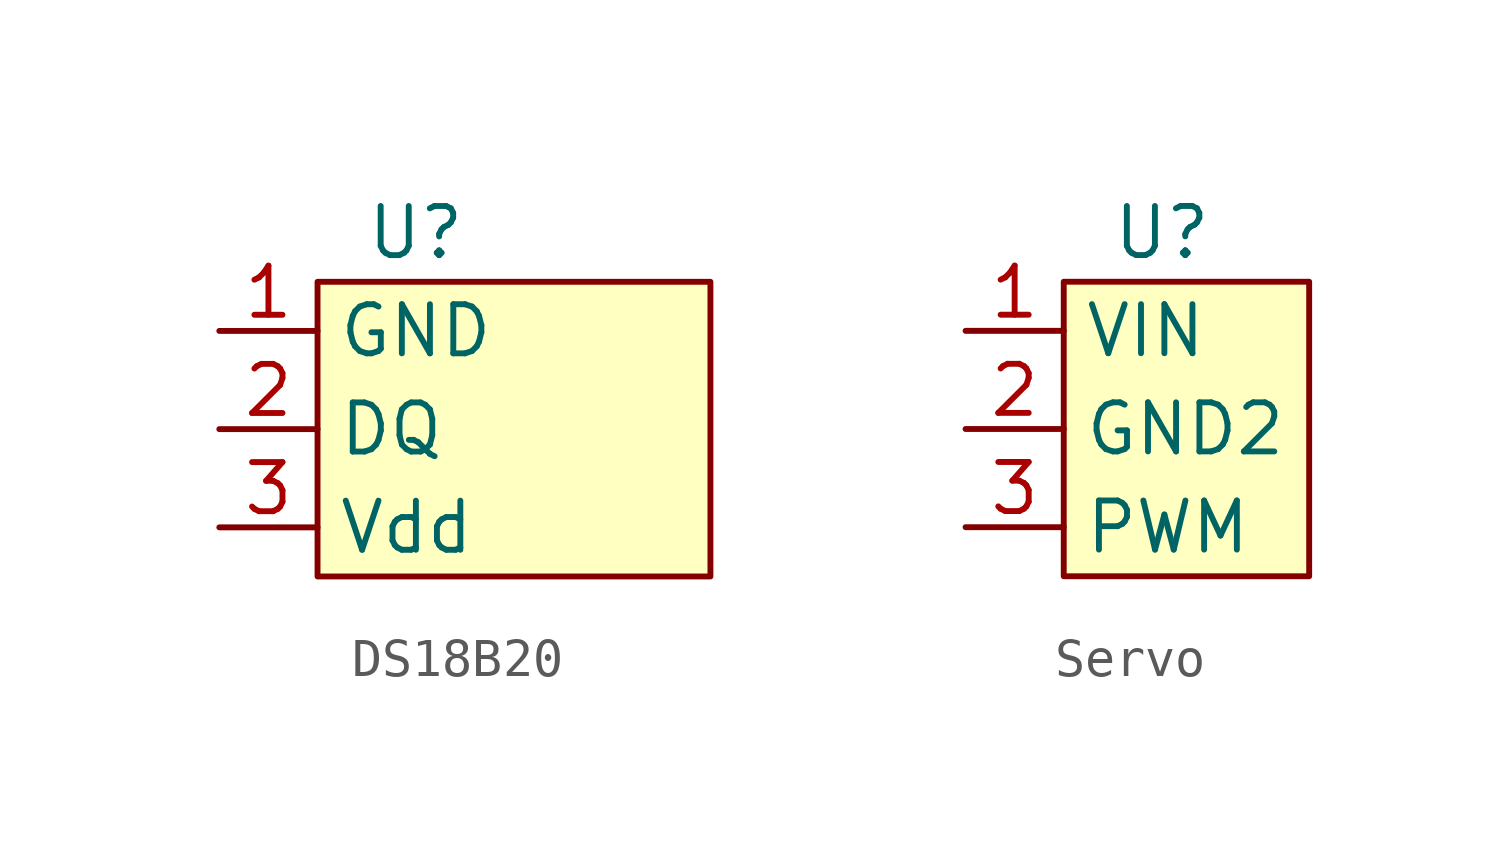
<source format=kicad_sym>
(kicad_symbol_lib
  (version 20220914)
  (generator kicad_symbol_editor)
  (symbol "DS18B20"
    (property "Reference" "U"
      (at 2.54 8.89 0)
      (effects (font (size 1.27 1.27))))
    (property "Value" ""
      (at 0 0 0)
      (effects (font (size 1.27 1.27))))
    (symbol "DS18B20_1_1"
      (rectangle (start 0 7.62) (end 10.16 0) (stroke (width 0) (type default)) (fill (type background)))
      (pin output line (at -2.54 6.35 0) (length 2.54) (name "GND" (effects (font (size 1.27 1.27)))) (number "1" (effects (font (size 1.27 1.27)))))
      (pin bidirectional line (at -2.54 3.81 0) (length 2.54) (name "DQ" (effects (font (size 1.27 1.27)))) (number "2" (effects (font (size 1.27 1.27)))))
      (pin input line (at -2.54 1.27 0) (length 2.54) (name "Vdd" (effects (font (size 1.27 1.27)))) (number "3" (effects (font (size 1.27 1.27)))))))
  (symbol "Servo"
    (property "Reference" "U"
      (at 2.54 8.89 0)
      (effects (font (size 1.27 1.27))))
    (property "Value" ""
      (at 0 0 0)
      (effects (font (size 1.27 1.27))))
    (symbol "Servo_1_1"
      (rectangle (start 0 7.62) (end 6.35 0) (stroke (width 0) (type default)) (fill (type background)))
      (pin input line (at -2.54 6.35 0) (length 2.54) (name "VIN" (effects (font (size 1.27 1.27)))) (number "1" (effects (font (size 1.27 1.27)))))
      (pin output line (at -2.54 3.81 0) (length 2.54) (name "GND2" (effects (font (size 1.27 1.27)))) (number "2" (effects (font (size 1.27 1.27)))))
      (pin bidirectional line (at -2.54 1.27 0) (length 2.54) (name "PWM" (effects (font (size 1.27 1.27)))) (number "3" (effects (font (size 1.27 1.27))))))))
</source>
